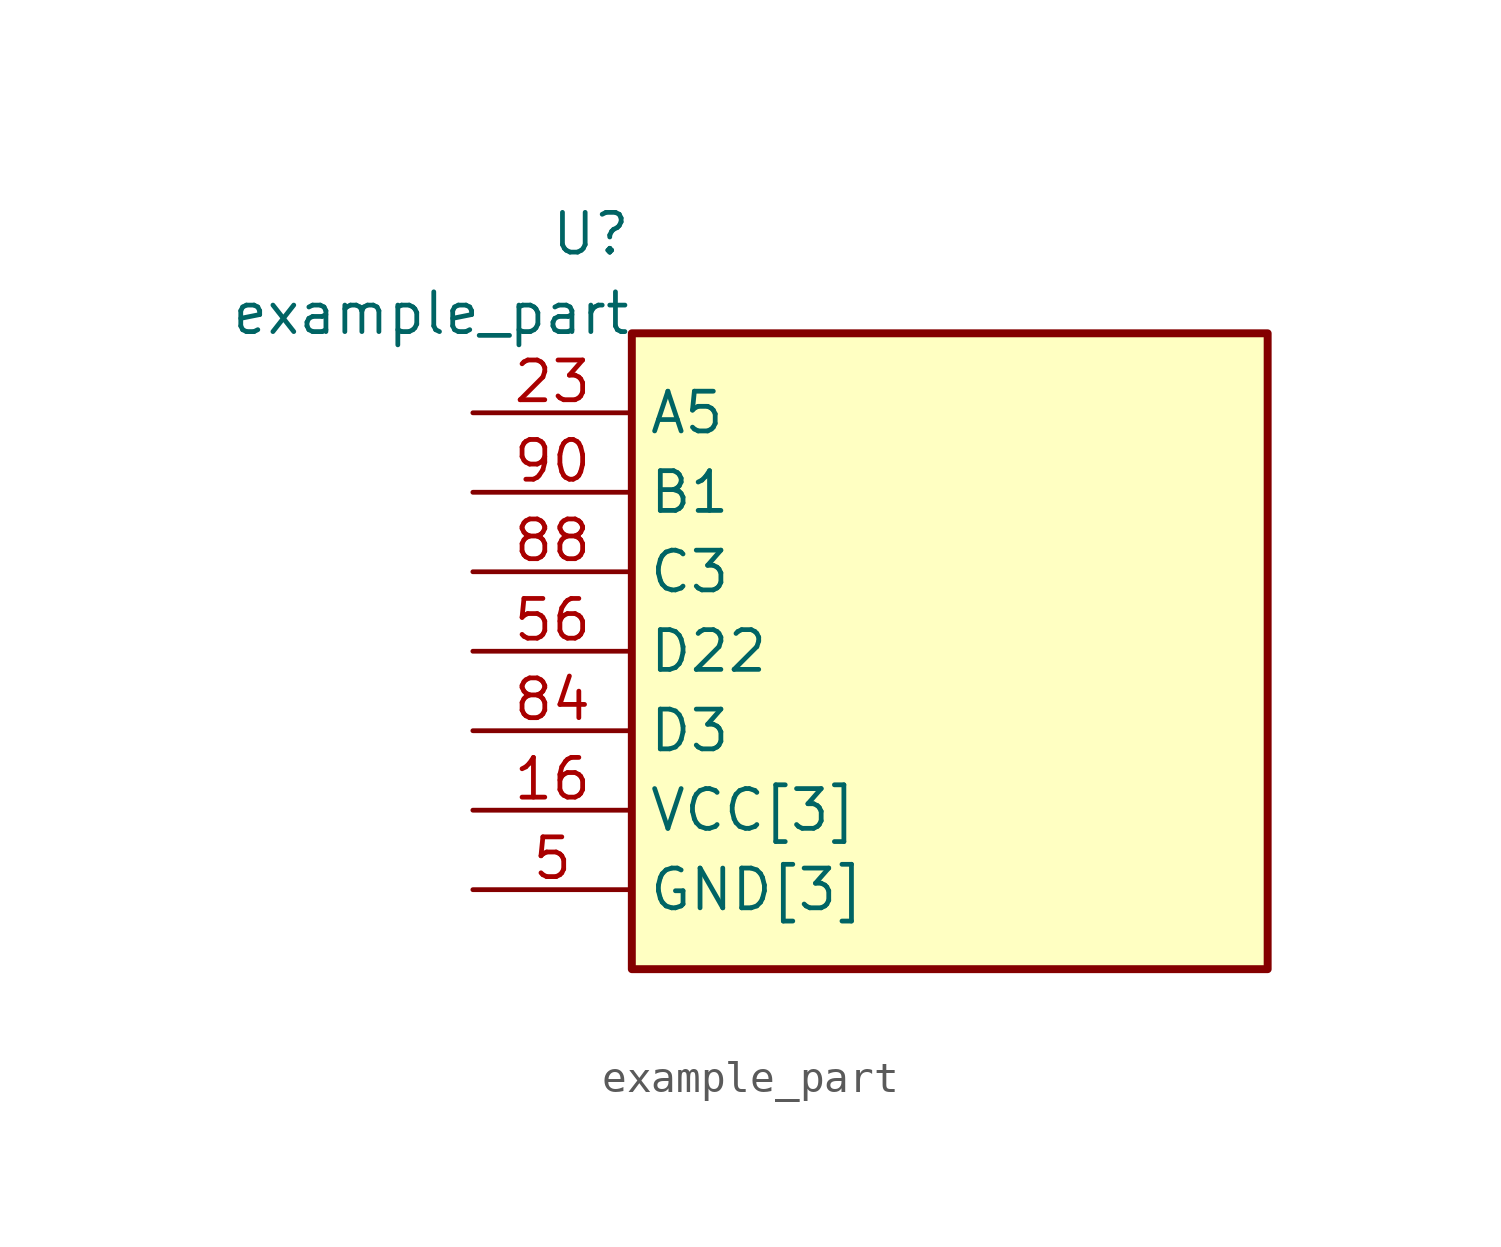
<source format=kicad_sym>
(kicad_symbol_lib
  (version 20241209)
  (generator "kicad_symbol_editor")
  (generator_version "8.0")
  (symbol "example_part"
    (property "Reference" "U"
      (at -10.16 13.335 0)
      (effects (font (size 1.27 1.27)) (justify right) (hide no)))
    (property "Value" "example_part"
      (at -10.16 10.795 0)
      (effects (font (size 1.27 1.27)) (justify right) (hide no)))
    (symbol "example_part_1_1"
      (rectangle (start -10.16 -10.16) (end 10.16 10.16) (stroke (width 0.254) (type solid)) (fill (type background)))
      (pin input line (at -15.24 7.62 0) (length 5.08) (name "A5" (effects (font (size 1.27 1.27)))) (number "23" (effects (font (size 1.27 1.27)))))
      (pin output line (at -15.24 5.08 0) (length 5.08) (name "B1" (effects (font (size 1.27 1.27)))) (number "90" (effects (font (size 1.27 1.27)))))
      (pin bidirectional line (at -15.24 2.54 0) (length 5.08) (name "C3" (effects (font (size 1.27 1.27)))) (number "88" (effects (font (size 1.27 1.27)))))
      (pin tri_state line (at -15.24 0.0 0) (length 5.08) (name "D22" (effects (font (size 1.27 1.27)))) (number "56" (effects (font (size 1.27 1.27)))))
      (pin tri_state line (at -15.24 -2.54 0) (length 5.08) (name "D3" (effects (font (size 1.27 1.27)))) (number "84" (effects (font (size 1.27 1.27)))))
      (pin power_in line (at -15.24 -5.08 0) (length 5.08) (name "VCC[3]" (effects (font (size 1.27 1.27)))) (number "16" (effects (font (size 1.27 1.27)))))
      (pin power_in line (at -15.24 -5.08 0) (length 5.08) (hide yes) (name "VCC[3]" (effects (font (size 1.27 1.27)))) (number "29" (effects (font (size 1.27 1.27)))))
      (pin power_in line (at -15.24 -5.08 0) (length 5.08) (hide yes) (name "VCC[3]" (effects (font (size 1.27 1.27)))) (number "99" (effects (font (size 1.27 1.27)))))
      (pin power_in line (at -15.24 -7.62 0) (length 5.08) (name "GND[3]" (effects (font (size 1.27 1.27)))) (number "5" (effects (font (size 1.27 1.27)))))
      (pin power_in line (at -15.24 -7.62 0) (length 5.08) (hide yes) (name "GND[3]" (effects (font (size 1.27 1.27)))) (number "98" (effects (font (size 1.27 1.27)))))
      (pin power_in line (at -15.24 -7.62 0) (length 5.08) (hide yes) (name "GND[3]" (effects (font (size 1.27 1.27)))) (number "59" (effects (font (size 1.27 1.27))))))))
</source>
